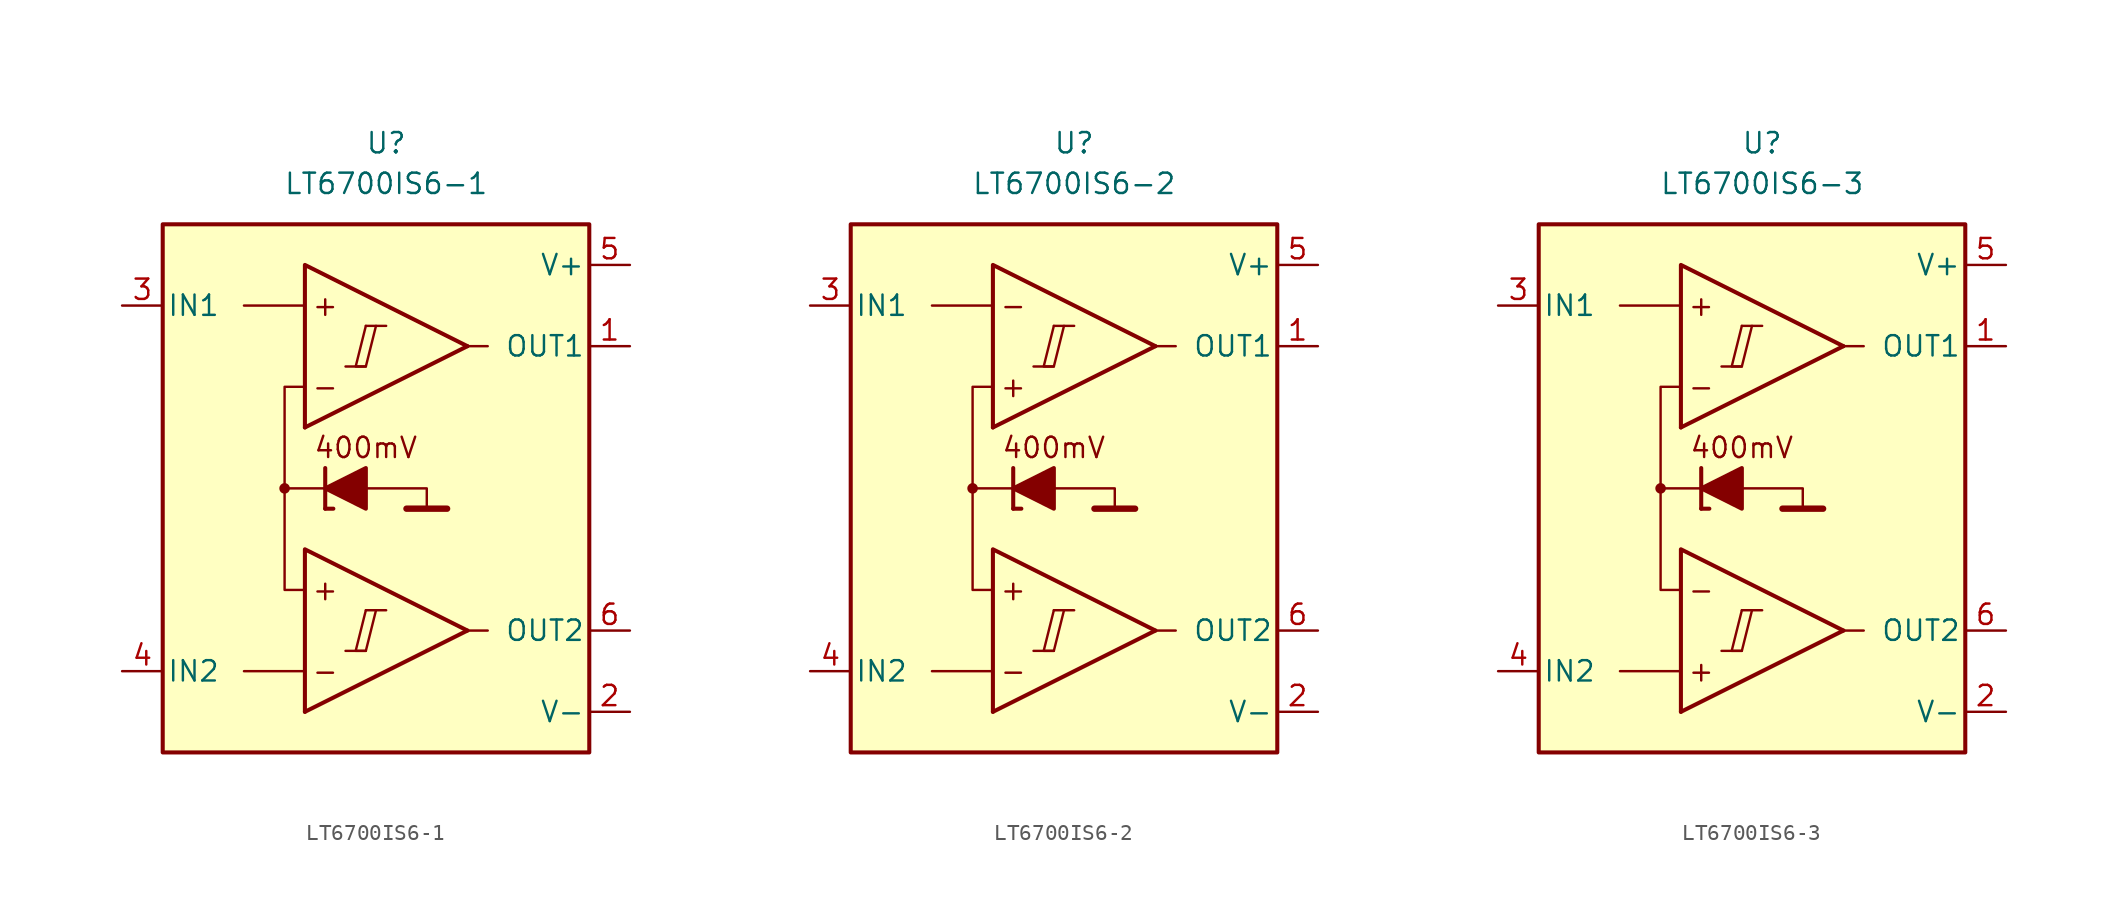
<source format=kicad_sym>
(kicad_symbol_lib
  (version 20231120)
  (generator "kicad_symbol_editor")
  (generator_version "8.0")
  (symbol "LT6700IS6-1"
    (pin_names
      (offset 0.254))
    (property "Reference" "U"
      (at 0 22.86 0)
      (effects (font (size 1.27 1.27))))
    (property "Value" "LT6700IS6-1"
      (at 0 20.32 0)
      (effects (font (size 1.27 1.27))))
    (symbol "LT6700IS6-1_0_0"
      (rectangle (start -13.97 17.78) (end 12.7 -15.24) (stroke (width 0.254) (type default)) (fill (type background)))
      (circle (center -6.35 1.27) (radius 0.254) (stroke (width 0.152) (type default)) (fill (type outline)))
      (polyline (pts (xy -2.54 -8.89) (xy -1.27 -8.89)) (stroke (width 0.152) (type default)) (fill (type none)))
      (polyline (pts (xy -2.54 8.89) (xy -1.27 8.89)) (stroke (width 0.152) (type default)) (fill (type none)))
      (polyline (pts (xy -1.27 -6.35) (xy 0 -6.35)) (stroke (width 0.152) (type default)) (fill (type none)))
      (polyline (pts (xy -1.27 11.43) (xy 0 11.43)) (stroke (width 0.152) (type default)) (fill (type none)))
      (polyline (pts (xy 5.08 -7.62) (xy -5.08 -12.7)) (stroke (width 0.254) (type default)) (fill (type none)))
      (polyline (pts (xy 5.08 10.16) (xy -5.08 5.08)) (stroke (width 0.254) (type default)) (fill (type none)))
      (polyline (pts (xy 5.08 -7.62) (xy -5.08 -2.54) (xy -5.08 -12.7)) (stroke (width 0.254) (type default)) (fill (type background)))
      (polyline (pts (xy 5.08 10.16) (xy -5.08 15.24) (xy -5.08 5.08)) (stroke (width 0.254) (type default)) (fill (type background)))
      (polyline (pts (xy -1.27 -6.35) (xy -1.905 -8.89) (xy -1.27 -8.89) (xy -0.635 -6.35)) (stroke (width 0.152) (type default)) (fill (type none)))
      (polyline (pts (xy -1.27 11.43) (xy -1.905 8.89) (xy -1.27 8.89) (xy -0.635 11.43)) (stroke (width 0.152) (type default)) (fill (type none)))
      (text "+" (at -3.81 -5.08 0) (effects (font (size 1.27 1.27))))
      (text "+" (at -3.81 12.7 0) (effects (font (size 1.27 1.27))))
      (text "-" (at -3.81 -10.16 0) (effects (font (size 1.27 1.27))))
      (text "-" (at -3.81 7.62 0) (effects (font (size 1.27 1.27)))))
    (symbol "LT6700IS6-1_0_1"
      (polyline (pts (xy -5.08 -10.16) (xy -8.89 -10.16)) (stroke (width 0) (type default)) (fill (type none)))
      (polyline (pts (xy -5.08 12.7) (xy -8.89 12.7)) (stroke (width 0) (type default)) (fill (type none)))
      (polyline (pts (xy -3.81 0) (xy -3.81 2.54)) (stroke (width 0.254) (type default)) (fill (type none)))
      (polyline (pts (xy -3.81 0) (xy -3.302 0)) (stroke (width 0.254) (type default)) (fill (type none)))
      (polyline (pts (xy -3.81 1.27) (xy -6.35 1.27)) (stroke (width 0.152) (type default)) (fill (type none)))
      (polyline (pts (xy 1.27 0) (xy 3.81 0)) (stroke (width 0.4) (type default)) (fill (type none)))
      (polyline (pts (xy 5.08 -7.62) (xy 6.35 -7.62)) (stroke (width 0) (type default)) (fill (type none)))
      (polyline (pts (xy 5.08 10.16) (xy 6.35 10.16)) (stroke (width 0) (type default)) (fill (type none)))
      (polyline (pts (xy -1.27 1.27) (xy 2.54 1.27) (xy 2.54 0)) (stroke (width 0.152) (type default)) (fill (type none)))
      (polyline (pts (xy -5.08 -5.08) (xy -6.35 -5.08) (xy -6.35 7.62) (xy -5.08 7.62)) (stroke (width 0.152) (type default)) (fill (type none)))
      (polyline (pts (xy -1.27 2.54) (xy -1.27 0) (xy -3.81 1.27) (xy -1.27 2.54)) (stroke (width 0.254) (type default)) (fill (type outline))))
    (symbol "LT6700IS6-1_1_0"
      (text "400mV" (at -1.27 3.81 0) (effects (font (size 1.27 1.27)))))
    (symbol "LT6700IS6-1_1_1"
      (pin output line (at 15.24 10.16 180) (length 2.54) (name "OUT1" (effects (font (size 1.27 1.27)))) (number "1" (effects (font (size 1.27 1.27)))))
      (pin power_in line (at 15.24 -12.7 180) (length 2.54) (name "V-" (effects (font (size 1.27 1.27)))) (number "2" (effects (font (size 1.27 1.27)))))
      (pin input line (at -16.51 12.7 0) (length 2.54) (name "IN1" (effects (font (size 1.27 1.27)))) (number "3" (effects (font (size 1.27 1.27)))))
      (pin input line (at -16.51 -10.16 0) (length 2.54) (name "IN2" (effects (font (size 1.27 1.27)))) (number "4" (effects (font (size 1.27 1.27)))))
      (pin power_in line (at 15.24 15.24 180) (length 2.54) (name "V+" (effects (font (size 1.27 1.27)))) (number "5" (effects (font (size 1.27 1.27)))))
      (pin output line (at 15.24 -7.62 180) (length 2.54) (name "OUT2" (effects (font (size 1.27 1.27)))) (number "6" (effects (font (size 1.27 1.27)))))))
  (symbol "LT6700IS6-2"
    (pin_names
      (offset 0.254))
    (property "Reference" "U"
      (at 0 22.86 0)
      (effects (font (size 1.27 1.27))))
    (property "Value" "LT6700IS6-2"
      (at 0 20.32 0)
      (effects (font (size 1.27 1.27))))
    (symbol "LT6700IS6-2_0_0"
      (rectangle (start -13.97 17.78) (end 12.7 -15.24) (stroke (width 0.254) (type default)) (fill (type background)))
      (circle (center -6.35 1.27) (radius 0.254) (stroke (width 0.152) (type default)) (fill (type outline)))
      (polyline (pts (xy -2.54 -8.89) (xy -1.27 -8.89)) (stroke (width 0.152) (type default)) (fill (type none)))
      (polyline (pts (xy -2.54 8.89) (xy -1.27 8.89)) (stroke (width 0.152) (type default)) (fill (type none)))
      (polyline (pts (xy -1.27 -6.35) (xy 0 -6.35)) (stroke (width 0.152) (type default)) (fill (type none)))
      (polyline (pts (xy -1.27 11.43) (xy 0 11.43)) (stroke (width 0.152) (type default)) (fill (type none)))
      (polyline (pts (xy 5.08 -7.62) (xy -5.08 -12.7)) (stroke (width 0.254) (type default)) (fill (type none)))
      (polyline (pts (xy 5.08 10.16) (xy -5.08 5.08)) (stroke (width 0.254) (type default)) (fill (type none)))
      (polyline (pts (xy 5.08 -7.62) (xy -5.08 -2.54) (xy -5.08 -12.7)) (stroke (width 0.254) (type default)) (fill (type background)))
      (polyline (pts (xy 5.08 10.16) (xy -5.08 15.24) (xy -5.08 5.08)) (stroke (width 0.254) (type default)) (fill (type background)))
      (polyline (pts (xy -1.27 -6.35) (xy -1.905 -8.89) (xy -1.27 -8.89) (xy -0.635 -6.35)) (stroke (width 0.152) (type default)) (fill (type none)))
      (polyline (pts (xy -1.27 11.43) (xy -1.905 8.89) (xy -1.27 8.89) (xy -0.635 11.43)) (stroke (width 0.152) (type default)) (fill (type none)))
      (text "+" (at -3.81 -5.08 0) (effects (font (size 1.27 1.27))))
      (text "+" (at -3.81 7.62 0) (effects (font (size 1.27 1.27))))
      (text "-" (at -3.81 -10.16 0) (effects (font (size 1.27 1.27))))
      (text "-" (at -3.81 12.7 0) (effects (font (size 1.27 1.27)))))
    (symbol "LT6700IS6-2_0_1"
      (polyline (pts (xy -5.08 -10.16) (xy -8.89 -10.16)) (stroke (width 0) (type default)) (fill (type none)))
      (polyline (pts (xy -5.08 12.7) (xy -8.89 12.7)) (stroke (width 0) (type default)) (fill (type none)))
      (polyline (pts (xy -3.81 0) (xy -3.81 2.54)) (stroke (width 0.254) (type default)) (fill (type none)))
      (polyline (pts (xy -3.81 0) (xy -3.302 0)) (stroke (width 0.254) (type default)) (fill (type none)))
      (polyline (pts (xy -3.81 1.27) (xy -6.35 1.27)) (stroke (width 0.152) (type default)) (fill (type none)))
      (polyline (pts (xy 1.27 0) (xy 3.81 0)) (stroke (width 0.4) (type default)) (fill (type none)))
      (polyline (pts (xy 5.08 -7.62) (xy 6.35 -7.62)) (stroke (width 0) (type default)) (fill (type none)))
      (polyline (pts (xy 5.08 10.16) (xy 6.35 10.16)) (stroke (width 0) (type default)) (fill (type none)))
      (polyline (pts (xy -1.27 1.27) (xy 2.54 1.27) (xy 2.54 0)) (stroke (width 0.152) (type default)) (fill (type none)))
      (polyline (pts (xy -5.08 -5.08) (xy -6.35 -5.08) (xy -6.35 7.62) (xy -5.08 7.62)) (stroke (width 0.152) (type default)) (fill (type none)))
      (polyline (pts (xy -1.27 2.54) (xy -1.27 0) (xy -3.81 1.27) (xy -1.27 2.54)) (stroke (width 0.254) (type default)) (fill (type outline))))
    (symbol "LT6700IS6-2_1_0"
      (text "400mV" (at -1.27 3.81 0) (effects (font (size 1.27 1.27)))))
    (symbol "LT6700IS6-2_1_1"
      (pin output line (at 15.24 10.16 180) (length 2.54) (name "OUT1" (effects (font (size 1.27 1.27)))) (number "1" (effects (font (size 1.27 1.27)))))
      (pin power_in line (at 15.24 -12.7 180) (length 2.54) (name "V-" (effects (font (size 1.27 1.27)))) (number "2" (effects (font (size 1.27 1.27)))))
      (pin input line (at -16.51 12.7 0) (length 2.54) (name "IN1" (effects (font (size 1.27 1.27)))) (number "3" (effects (font (size 1.27 1.27)))))
      (pin input line (at -16.51 -10.16 0) (length 2.54) (name "IN2" (effects (font (size 1.27 1.27)))) (number "4" (effects (font (size 1.27 1.27)))))
      (pin power_in line (at 15.24 15.24 180) (length 2.54) (name "V+" (effects (font (size 1.27 1.27)))) (number "5" (effects (font (size 1.27 1.27)))))
      (pin output line (at 15.24 -7.62 180) (length 2.54) (name "OUT2" (effects (font (size 1.27 1.27)))) (number "6" (effects (font (size 1.27 1.27)))))))
  (symbol "LT6700IS6-3"
    (pin_names
      (offset 0.254))
    (property "Reference" "U"
      (at 0 22.86 0)
      (effects (font (size 1.27 1.27))))
    (property "Value" "LT6700IS6-3"
      (at 0 20.32 0)
      (effects (font (size 1.27 1.27))))
    (symbol "LT6700IS6-3_0_0"
      (rectangle (start -13.97 17.78) (end 12.7 -15.24) (stroke (width 0.254) (type default)) (fill (type background)))
      (circle (center -6.35 1.27) (radius 0.254) (stroke (width 0.152) (type default)) (fill (type outline)))
      (polyline (pts (xy -2.54 -8.89) (xy -1.27 -8.89)) (stroke (width 0.152) (type default)) (fill (type none)))
      (polyline (pts (xy -2.54 8.89) (xy -1.27 8.89)) (stroke (width 0.152) (type default)) (fill (type none)))
      (polyline (pts (xy -1.27 -6.35) (xy 0 -6.35)) (stroke (width 0.152) (type default)) (fill (type none)))
      (polyline (pts (xy -1.27 11.43) (xy 0 11.43)) (stroke (width 0.152) (type default)) (fill (type none)))
      (polyline (pts (xy 5.08 -7.62) (xy -5.08 -12.7)) (stroke (width 0.254) (type default)) (fill (type none)))
      (polyline (pts (xy 5.08 10.16) (xy -5.08 5.08)) (stroke (width 0.254) (type default)) (fill (type none)))
      (polyline (pts (xy 5.08 -7.62) (xy -5.08 -2.54) (xy -5.08 -12.7)) (stroke (width 0.254) (type default)) (fill (type background)))
      (polyline (pts (xy 5.08 10.16) (xy -5.08 15.24) (xy -5.08 5.08)) (stroke (width 0.254) (type default)) (fill (type background)))
      (polyline (pts (xy -1.27 -6.35) (xy -1.905 -8.89) (xy -1.27 -8.89) (xy -0.635 -6.35)) (stroke (width 0.152) (type default)) (fill (type none)))
      (polyline (pts (xy -1.27 11.43) (xy -1.905 8.89) (xy -1.27 8.89) (xy -0.635 11.43)) (stroke (width 0.152) (type default)) (fill (type none)))
      (text "+" (at -3.81 -10.16 0) (effects (font (size 1.27 1.27))))
      (text "+" (at -3.81 12.7 0) (effects (font (size 1.27 1.27))))
      (text "-" (at -3.81 -5.08 0) (effects (font (size 1.27 1.27))))
      (text "-" (at -3.81 7.62 0) (effects (font (size 1.27 1.27)))))
    (symbol "LT6700IS6-3_0_1"
      (polyline (pts (xy -5.08 -10.16) (xy -8.89 -10.16)) (stroke (width 0) (type default)) (fill (type none)))
      (polyline (pts (xy -5.08 12.7) (xy -8.89 12.7)) (stroke (width 0) (type default)) (fill (type none)))
      (polyline (pts (xy -3.81 0) (xy -3.81 2.54)) (stroke (width 0.254) (type default)) (fill (type none)))
      (polyline (pts (xy -3.81 0) (xy -3.302 0)) (stroke (width 0.254) (type default)) (fill (type none)))
      (polyline (pts (xy -3.81 1.27) (xy -6.35 1.27)) (stroke (width 0.152) (type default)) (fill (type none)))
      (polyline (pts (xy 1.27 0) (xy 3.81 0)) (stroke (width 0.4) (type default)) (fill (type none)))
      (polyline (pts (xy 5.08 -7.62) (xy 6.35 -7.62)) (stroke (width 0) (type default)) (fill (type none)))
      (polyline (pts (xy 5.08 10.16) (xy 6.35 10.16)) (stroke (width 0) (type default)) (fill (type none)))
      (polyline (pts (xy -1.27 1.27) (xy 2.54 1.27) (xy 2.54 0)) (stroke (width 0.152) (type default)) (fill (type none)))
      (polyline (pts (xy -5.08 -5.08) (xy -6.35 -5.08) (xy -6.35 7.62) (xy -5.08 7.62)) (stroke (width 0.152) (type default)) (fill (type none)))
      (polyline (pts (xy -1.27 2.54) (xy -1.27 0) (xy -3.81 1.27) (xy -1.27 2.54)) (stroke (width 0.254) (type default)) (fill (type outline))))
    (symbol "LT6700IS6-3_1_0"
      (text "400mV" (at -1.27 3.81 0) (effects (font (size 1.27 1.27)))))
    (symbol "LT6700IS6-3_1_1"
      (pin output line (at 15.24 10.16 180) (length 2.54) (name "OUT1" (effects (font (size 1.27 1.27)))) (number "1" (effects (font (size 1.27 1.27)))))
      (pin power_in line (at 15.24 -12.7 180) (length 2.54) (name "V-" (effects (font (size 1.27 1.27)))) (number "2" (effects (font (size 1.27 1.27)))))
      (pin input line (at -16.51 12.7 0) (length 2.54) (name "IN1" (effects (font (size 1.27 1.27)))) (number "3" (effects (font (size 1.27 1.27)))))
      (pin input line (at -16.51 -10.16 0) (length 2.54) (name "IN2" (effects (font (size 1.27 1.27)))) (number "4" (effects (font (size 1.27 1.27)))))
      (pin power_in line (at 15.24 15.24 180) (length 2.54) (name "V+" (effects (font (size 1.27 1.27)))) (number "5" (effects (font (size 1.27 1.27)))))
      (pin output line (at 15.24 -7.62 180) (length 2.54) (name "OUT2" (effects (font (size 1.27 1.27)))) (number "6" (effects (font (size 1.27 1.27))))))))
</source>
